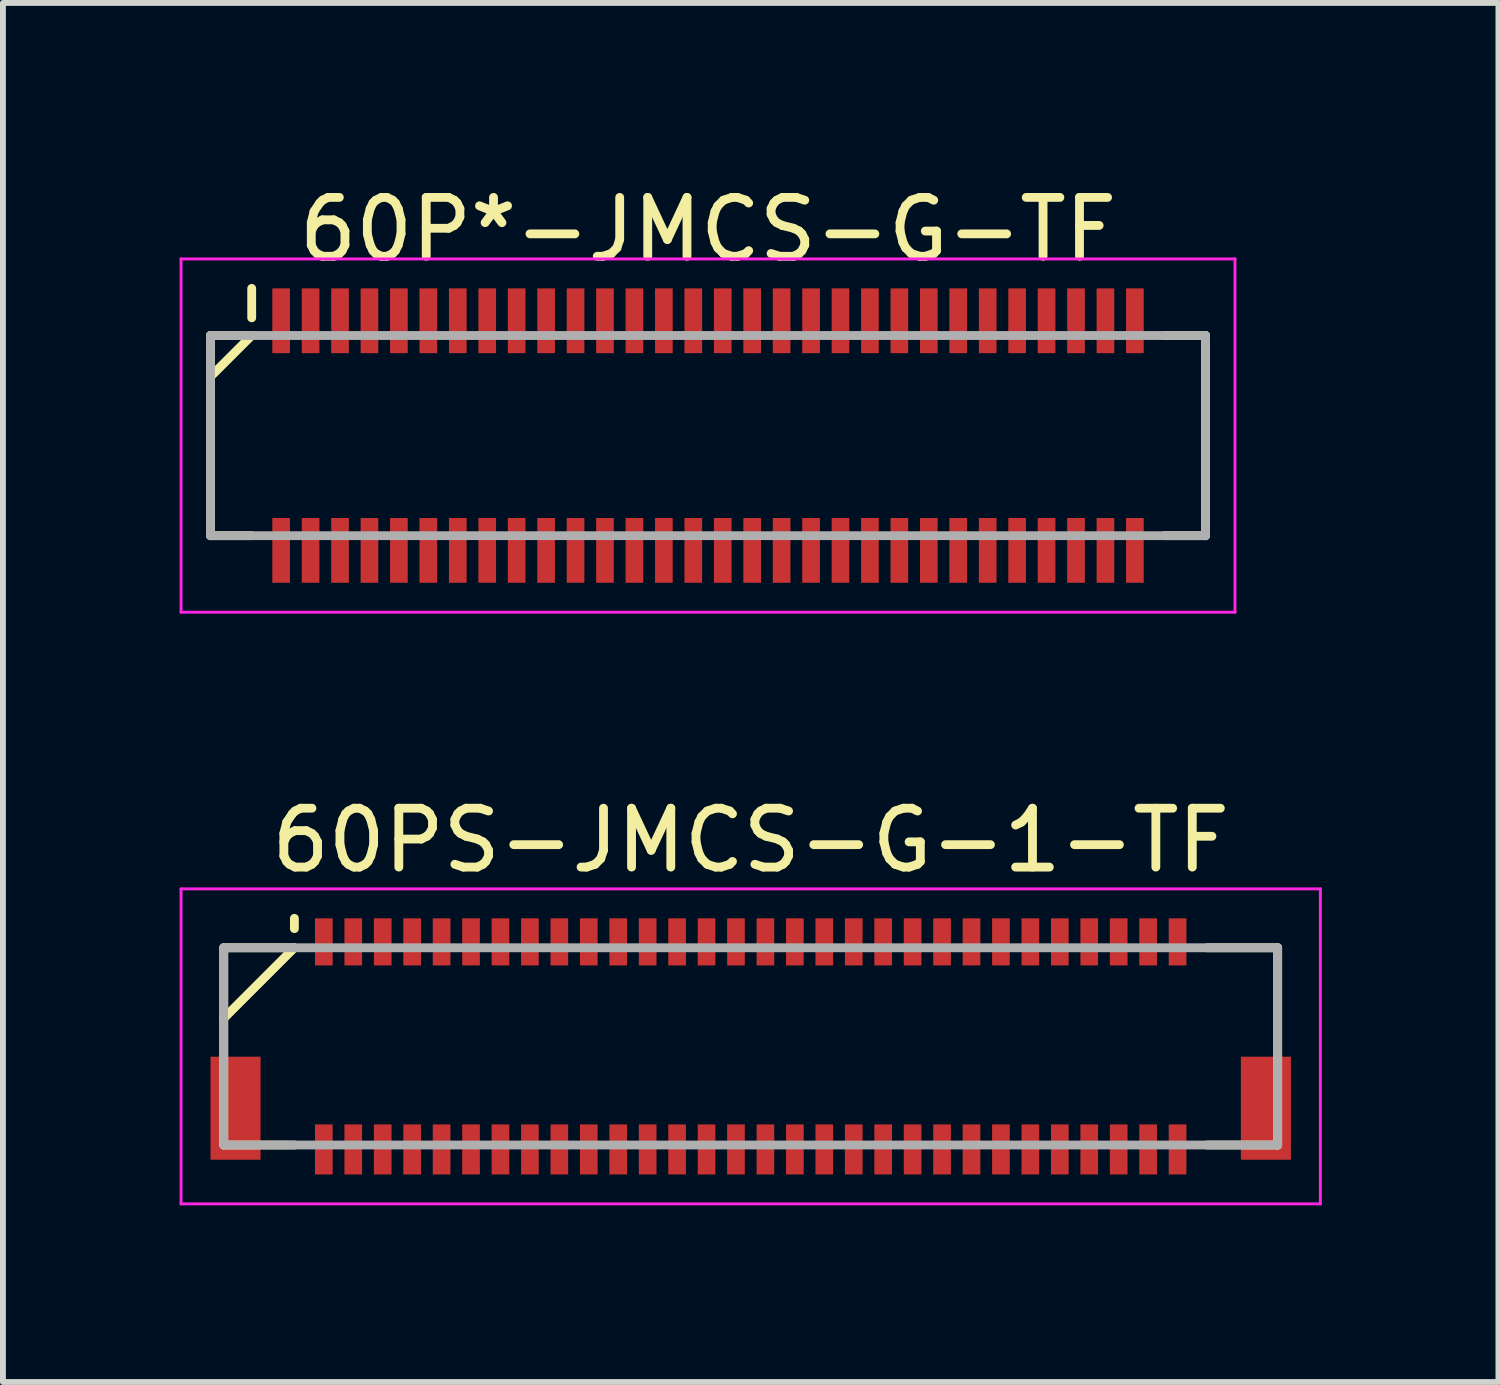
<source format=kicad_pcb>
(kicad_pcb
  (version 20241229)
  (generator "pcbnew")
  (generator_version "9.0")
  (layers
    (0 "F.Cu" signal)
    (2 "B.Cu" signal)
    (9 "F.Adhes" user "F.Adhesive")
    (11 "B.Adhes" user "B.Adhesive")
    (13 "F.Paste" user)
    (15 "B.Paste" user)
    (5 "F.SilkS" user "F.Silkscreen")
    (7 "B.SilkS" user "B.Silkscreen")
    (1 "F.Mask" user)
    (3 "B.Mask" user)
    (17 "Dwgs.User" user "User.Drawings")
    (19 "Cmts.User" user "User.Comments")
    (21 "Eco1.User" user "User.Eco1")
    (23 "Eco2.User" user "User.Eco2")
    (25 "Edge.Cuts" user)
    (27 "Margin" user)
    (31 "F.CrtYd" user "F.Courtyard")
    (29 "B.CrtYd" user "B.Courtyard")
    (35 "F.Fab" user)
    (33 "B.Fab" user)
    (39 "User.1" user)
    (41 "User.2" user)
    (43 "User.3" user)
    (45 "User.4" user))
  (footprint "60PS-JMCS-G-1-TF"
    (layer "F.Cu")
    (at 9.7 14.722)
    (property "Reference" "60PS-JMCS-G-1-TF" (at 0 -3.5 0) (layer "F.SilkS") (effects (font (size 1 1) (thickness 0.15))))
    (attr smd)
    (fp_line (start -8.95 -1.675) (end -8.95 1.675) (stroke (width 0.15) (type solid)) (layer "F.SilkS"))
    (fp_line (start -8.95 -1.675) (end -7.75 -1.675) (stroke (width 0.15) (type solid)) (layer "F.SilkS"))
    (fp_line (start -8.95 1.675) (end -7.75 1.675) (stroke (width 0.15) (type solid)) (layer "F.SilkS"))
    (fp_line (start -7.75 -2.175) (end -7.75 -2) (stroke (width 0.15) (type solid)) (layer "F.SilkS"))
    (fp_line (start -7.75 -1.675) (end -8.95 -0.475) (stroke (width 0.15) (type solid)) (layer "F.SilkS"))
    (fp_line (start 7.75 -1.675) (end 8.95 -1.675) (stroke (width 0.15) (type solid)) (layer "F.SilkS"))
    (fp_line (start 7.75 1.675) (end 8.95 1.675) (stroke (width 0.15) (type solid)) (layer "F.SilkS"))
    (fp_line (start 8.95 -1.675) (end 8.95 1.675) (stroke (width 0.15) (type solid)) (layer "F.SilkS"))
    (fp_line (start -9.675 -2.675) (end -9.675 2.675) (stroke (width 0.05) (type solid)) (layer "F.CrtYd"))
    (fp_line (start -9.675 -2.675) (end 9.675 -2.675) (stroke (width 0.05) (type solid)) (layer "F.CrtYd"))
    (fp_line (start -9.675 2.675) (end 9.675 2.675) (stroke (width 0.05) (type solid)) (layer "F.CrtYd"))
    (fp_line (start 9.675 -2.675) (end 9.675 2.675) (stroke (width 0.05) (type solid)) (layer "F.CrtYd"))
    (fp_line (start -8.95 -1.675) (end -8.95 1.675) (stroke (width 0.15) (type solid)) (layer "F.Fab"))
    (fp_line (start -8.95 -1.675) (end 8.95 -1.675) (stroke (width 0.15) (type solid)) (layer "F.Fab"))
    (fp_line (start -8.95 1.675) (end 8.95 1.675) (stroke (width 0.15) (type solid)) (layer "F.Fab"))
    (fp_line (start 8.95 -1.675) (end 8.95 1.675) (stroke (width 0.15) (type solid)) (layer "F.Fab"))
    (pad "1" smd rect (at -7.25 -1.775) (size 0.3 0.8) (layers "F.Cu" "F.Mask" "F.Paste"))
    (pad "2" smd rect (at -7.25 1.75) (size 0.3 0.85) (layers "F.Cu" "F.Mask" "F.Paste"))
    (pad "3" smd rect (at -6.75 -1.775) (size 0.3 0.8) (layers "F.Cu" "F.Mask" "F.Paste"))
    (pad "4" smd rect (at -6.75 1.75) (size 0.3 0.85) (layers "F.Cu" "F.Mask" "F.Paste"))
    (pad "5" smd rect (at -6.25 -1.775) (size 0.3 0.8) (layers "F.Cu" "F.Mask" "F.Paste"))
    (pad "6" smd rect (at -6.25 1.75) (size 0.3 0.85) (layers "F.Cu" "F.Mask" "F.Paste"))
    (pad "7" smd rect (at -5.75 -1.775) (size 0.3 0.8) (layers "F.Cu" "F.Mask" "F.Paste"))
    (pad "8" smd rect (at -5.75 1.75) (size 0.3 0.85) (layers "F.Cu" "F.Mask" "F.Paste"))
    (pad "9" smd rect (at -5.25 -1.775) (size 0.3 0.8) (layers "F.Cu" "F.Mask" "F.Paste"))
    (pad "10" smd rect (at -5.25 1.75) (size 0.3 0.85) (layers "F.Cu" "F.Mask" "F.Paste"))
    (pad "11" smd rect (at -4.75 -1.775) (size 0.3 0.8) (layers "F.Cu" "F.Mask" "F.Paste"))
    (pad "12" smd rect (at -4.75 1.75) (size 0.3 0.85) (layers "F.Cu" "F.Mask" "F.Paste"))
    (pad "13" smd rect (at -4.25 -1.775) (size 0.3 0.8) (layers "F.Cu" "F.Mask" "F.Paste"))
    (pad "14" smd rect (at -4.25 1.75) (size 0.3 0.85) (layers "F.Cu" "F.Mask" "F.Paste"))
    (pad "15" smd rect (at -3.75 -1.775) (size 0.3 0.8) (layers "F.Cu" "F.Mask" "F.Paste"))
    (pad "16" smd rect (at -3.75 1.75) (size 0.3 0.85) (layers "F.Cu" "F.Mask" "F.Paste"))
    (pad "17" smd rect (at -3.25 -1.775) (size 0.3 0.8) (layers "F.Cu" "F.Mask" "F.Paste"))
    (pad "18" smd rect (at -3.25 1.75) (size 0.3 0.85) (layers "F.Cu" "F.Mask" "F.Paste"))
    (pad "19" smd rect (at -2.75 -1.775) (size 0.3 0.8) (layers "F.Cu" "F.Mask" "F.Paste"))
    (pad "20" smd rect (at -2.75 1.75) (size 0.3 0.85) (layers "F.Cu" "F.Mask" "F.Paste"))
    (pad "21" smd rect (at -2.25 -1.775) (size 0.3 0.8) (layers "F.Cu" "F.Mask" "F.Paste"))
    (pad "22" smd rect (at -2.25 1.75) (size 0.3 0.85) (layers "F.Cu" "F.Mask" "F.Paste"))
    (pad "23" smd rect (at -1.75 -1.775) (size 0.3 0.8) (layers "F.Cu" "F.Mask" "F.Paste"))
    (pad "24" smd rect (at -1.75 1.75) (size 0.3 0.85) (layers "F.Cu" "F.Mask" "F.Paste"))
    (pad "25" smd rect (at -1.25 -1.775) (size 0.3 0.8) (layers "F.Cu" "F.Mask" "F.Paste"))
    (pad "26" smd rect (at -1.25 1.75) (size 0.3 0.85) (layers "F.Cu" "F.Mask" "F.Paste"))
    (pad "27" smd rect (at -0.75 -1.775) (size 0.3 0.8) (layers "F.Cu" "F.Mask" "F.Paste"))
    (pad "28" smd rect (at -0.75 1.75) (size 0.3 0.85) (layers "F.Cu" "F.Mask" "F.Paste"))
    (pad "29" smd rect (at -0.25 -1.775) (size 0.3 0.8) (layers "F.Cu" "F.Mask" "F.Paste"))
    (pad "30" smd rect (at -0.25 1.75) (size 0.3 0.85) (layers "F.Cu" "F.Mask" "F.Paste"))
    (pad "31" smd rect (at 0.25 -1.775) (size 0.3 0.8) (layers "F.Cu" "F.Mask" "F.Paste"))
    (pad "32" smd rect (at 0.25 1.75) (size 0.3 0.85) (layers "F.Cu" "F.Mask" "F.Paste"))
    (pad "33" smd rect (at 0.75 -1.775) (size 0.3 0.8) (layers "F.Cu" "F.Mask" "F.Paste"))
    (pad "34" smd rect (at 0.75 1.75) (size 0.3 0.85) (layers "F.Cu" "F.Mask" "F.Paste"))
    (pad "35" smd rect (at 1.25 -1.775) (size 0.3 0.8) (layers "F.Cu" "F.Mask" "F.Paste"))
    (pad "36" smd rect (at 1.25 1.75) (size 0.3 0.85) (layers "F.Cu" "F.Mask" "F.Paste"))
    (pad "37" smd rect (at 1.75 -1.775) (size 0.3 0.8) (layers "F.Cu" "F.Mask" "F.Paste"))
    (pad "38" smd rect (at 1.75 1.75) (size 0.3 0.85) (layers "F.Cu" "F.Mask" "F.Paste"))
    (pad "39" smd rect (at 2.25 -1.775) (size 0.3 0.8) (layers "F.Cu" "F.Mask" "F.Paste"))
    (pad "40" smd rect (at 2.25 1.75) (size 0.3 0.85) (layers "F.Cu" "F.Mask" "F.Paste"))
    (pad "41" smd rect (at 2.75 -1.775) (size 0.3 0.8) (layers "F.Cu" "F.Mask" "F.Paste"))
    (pad "42" smd rect (at 2.75 1.75) (size 0.3 0.85) (layers "F.Cu" "F.Mask" "F.Paste"))
    (pad "43" smd rect (at 3.25 -1.775) (size 0.3 0.8) (layers "F.Cu" "F.Mask" "F.Paste"))
    (pad "44" smd rect (at 3.25 1.75) (size 0.3 0.85) (layers "F.Cu" "F.Mask" "F.Paste"))
    (pad "45" smd rect (at 3.75 -1.775) (size 0.3 0.8) (layers "F.Cu" "F.Mask" "F.Paste"))
    (pad "46" smd rect (at 3.75 1.75) (size 0.3 0.85) (layers "F.Cu" "F.Mask" "F.Paste"))
    (pad "47" smd rect (at 4.25 -1.775) (size 0.3 0.8) (layers "F.Cu" "F.Mask" "F.Paste"))
    (pad "48" smd rect (at 4.25 1.75) (size 0.3 0.85) (layers "F.Cu" "F.Mask" "F.Paste"))
    (pad "49" smd rect (at 4.75 -1.775) (size 0.3 0.8) (layers "F.Cu" "F.Mask" "F.Paste"))
    (pad "50" smd rect (at 4.75 1.75) (size 0.3 0.85) (layers "F.Cu" "F.Mask" "F.Paste"))
    (pad "51" smd rect (at 5.25 -1.775) (size 0.3 0.8) (layers "F.Cu" "F.Mask" "F.Paste"))
    (pad "52" smd rect (at 5.25 1.75) (size 0.3 0.85) (layers "F.Cu" "F.Mask" "F.Paste"))
    (pad "53" smd rect (at 5.75 -1.775) (size 0.3 0.8) (layers "F.Cu" "F.Mask" "F.Paste"))
    (pad "54" smd rect (at 5.75 1.75) (size 0.3 0.85) (layers "F.Cu" "F.Mask" "F.Paste"))
    (pad "55" smd rect (at 6.25 -1.775) (size 0.3 0.8) (layers "F.Cu" "F.Mask" "F.Paste"))
    (pad "56" smd rect (at 6.25 1.75) (size 0.3 0.85) (layers "F.Cu" "F.Mask" "F.Paste"))
    (pad "57" smd rect (at 6.75 -1.775) (size 0.3 0.8) (layers "F.Cu" "F.Mask" "F.Paste"))
    (pad "58" smd rect (at 6.75 1.75) (size 0.3 0.85) (layers "F.Cu" "F.Mask" "F.Paste"))
    (pad "59" smd rect (at 7.25 -1.775) (size 0.3 0.8) (layers "F.Cu" "F.Mask" "F.Paste"))
    (pad "60" smd rect (at 7.25 1.75) (size 0.3 0.85) (layers "F.Cu" "F.Mask" "F.Paste"))
    (pad "S" smd rect (at -8.75 1.05) (size 0.85 1.75) (layers "F.Cu" "F.Mask" "F.Paste"))
    (pad "S" smd rect (at 8.75 1.05) (size 0.85 1.75) (layers "F.Cu" "F.Mask" "F.Paste")))
  (footprint "60P*-JMCS-G-TF"
    (layer "F.Cu")
    (at 8.975 4.348)
    (property "Reference" "60P*-JMCS-G-TF" (at 0 -3.5 0) (layer "F.SilkS") (effects (font (size 1 1) (thickness 0.15))))
    (attr smd)
    (fp_line (start -8.45 -1.7) (end -8.45 1.7) (stroke (width 0.15) (type solid)) (layer "F.SilkS"))
    (fp_line (start -8.45 -1.7) (end -7.75 -1.7) (stroke (width 0.15) (type solid)) (layer "F.SilkS"))
    (fp_line (start -8.45 1.7) (end -7.75 1.7) (stroke (width 0.15) (type solid)) (layer "F.SilkS"))
    (fp_line (start -7.75 -2.5) (end -7.75 -2) (stroke (width 0.15) (type solid)) (layer "F.SilkS"))
    (fp_line (start -7.75 -1.7) (end -8.45 -1) (stroke (width 0.15) (type solid)) (layer "F.SilkS"))
    (fp_line (start 7.75 -1.7) (end 8.45 -1.7) (stroke (width 0.15) (type solid)) (layer "F.SilkS"))
    (fp_line (start 7.75 1.7) (end 8.45 1.7) (stroke (width 0.15) (type solid)) (layer "F.SilkS"))
    (fp_line (start 8.45 -1.7) (end 8.45 1.7) (stroke (width 0.15) (type solid)) (layer "F.SilkS"))
    (fp_line (start -8.95 -3) (end -8.95 3) (stroke (width 0.05) (type solid)) (layer "F.CrtYd"))
    (fp_line (start -8.95 -3) (end 8.95 -3) (stroke (width 0.05) (type solid)) (layer "F.CrtYd"))
    (fp_line (start -8.95 3) (end 8.95 3) (stroke (width 0.05) (type solid)) (layer "F.CrtYd"))
    (fp_line (start 8.95 -3) (end 8.95 3) (stroke (width 0.05) (type solid)) (layer "F.CrtYd"))
    (fp_line (start -8.45 -1.7) (end -8.45 1.7) (stroke (width 0.15) (type solid)) (layer "F.Fab"))
    (fp_line (start -8.45 -1.7) (end 8.45 -1.7) (stroke (width 0.15) (type solid)) (layer "F.Fab"))
    (fp_line (start -8.45 1.7) (end 8.45 1.7) (stroke (width 0.15) (type solid)) (layer "F.Fab"))
    (fp_line (start 8.45 -1.7) (end 8.45 1.7) (stroke (width 0.15) (type solid)) (layer "F.Fab"))
    (pad "1" smd rect (at -7.25 -1.95) (size 0.3 1.1) (layers "F.Cu" "F.Mask" "F.Paste"))
    (pad "2" smd rect (at -7.25 1.95) (size 0.3 1.1) (layers "F.Cu" "F.Mask" "F.Paste"))
    (pad "3" smd rect (at -6.75 -1.95) (size 0.3 1.1) (layers "F.Cu" "F.Mask" "F.Paste"))
    (pad "4" smd rect (at -6.75 1.95) (size 0.3 1.1) (layers "F.Cu" "F.Mask" "F.Paste"))
    (pad "5" smd rect (at -6.25 -1.95) (size 0.3 1.1) (layers "F.Cu" "F.Mask" "F.Paste"))
    (pad "6" smd rect (at -6.25 1.95) (size 0.3 1.1) (layers "F.Cu" "F.Mask" "F.Paste"))
    (pad "7" smd rect (at -5.75 -1.95) (size 0.3 1.1) (layers "F.Cu" "F.Mask" "F.Paste"))
    (pad "8" smd rect (at -5.75 1.95) (size 0.3 1.1) (layers "F.Cu" "F.Mask" "F.Paste"))
    (pad "9" smd rect (at -5.25 -1.95) (size 0.3 1.1) (layers "F.Cu" "F.Mask" "F.Paste"))
    (pad "10" smd rect (at -5.25 1.95) (size 0.3 1.1) (layers "F.Cu" "F.Mask" "F.Paste"))
    (pad "11" smd rect (at -4.75 -1.95) (size 0.3 1.1) (layers "F.Cu" "F.Mask" "F.Paste"))
    (pad "12" smd rect (at -4.75 1.95) (size 0.3 1.1) (layers "F.Cu" "F.Mask" "F.Paste"))
    (pad "13" smd rect (at -4.25 -1.95) (size 0.3 1.1) (layers "F.Cu" "F.Mask" "F.Paste"))
    (pad "14" smd rect (at -4.25 1.95) (size 0.3 1.1) (layers "F.Cu" "F.Mask" "F.Paste"))
    (pad "15" smd rect (at -3.75 -1.95) (size 0.3 1.1) (layers "F.Cu" "F.Mask" "F.Paste"))
    (pad "16" smd rect (at -3.75 1.95) (size 0.3 1.1) (layers "F.Cu" "F.Mask" "F.Paste"))
    (pad "17" smd rect (at -3.25 -1.95) (size 0.3 1.1) (layers "F.Cu" "F.Mask" "F.Paste"))
    (pad "18" smd rect (at -3.25 1.95) (size 0.3 1.1) (layers "F.Cu" "F.Mask" "F.Paste"))
    (pad "19" smd rect (at -2.75 -1.95) (size 0.3 1.1) (layers "F.Cu" "F.Mask" "F.Paste"))
    (pad "20" smd rect (at -2.75 1.95) (size 0.3 1.1) (layers "F.Cu" "F.Mask" "F.Paste"))
    (pad "21" smd rect (at -2.25 -1.95) (size 0.3 1.1) (layers "F.Cu" "F.Mask" "F.Paste"))
    (pad "22" smd rect (at -2.25 1.95) (size 0.3 1.1) (layers "F.Cu" "F.Mask" "F.Paste"))
    (pad "23" smd rect (at -1.75 -1.95) (size 0.3 1.1) (layers "F.Cu" "F.Mask" "F.Paste"))
    (pad "24" smd rect (at -1.75 1.95) (size 0.3 1.1) (layers "F.Cu" "F.Mask" "F.Paste"))
    (pad "25" smd rect (at -1.25 -1.95) (size 0.3 1.1) (layers "F.Cu" "F.Mask" "F.Paste"))
    (pad "26" smd rect (at -1.25 1.95) (size 0.3 1.1) (layers "F.Cu" "F.Mask" "F.Paste"))
    (pad "27" smd rect (at -0.75 -1.95) (size 0.3 1.1) (layers "F.Cu" "F.Mask" "F.Paste"))
    (pad "28" smd rect (at -0.75 1.95) (size 0.3 1.1) (layers "F.Cu" "F.Mask" "F.Paste"))
    (pad "29" smd rect (at -0.25 -1.95) (size 0.3 1.1) (layers "F.Cu" "F.Mask" "F.Paste"))
    (pad "30" smd rect (at -0.25 1.95) (size 0.3 1.1) (layers "F.Cu" "F.Mask" "F.Paste"))
    (pad "31" smd rect (at 0.25 -1.95) (size 0.3 1.1) (layers "F.Cu" "F.Mask" "F.Paste"))
    (pad "32" smd rect (at 0.25 1.95) (size 0.3 1.1) (layers "F.Cu" "F.Mask" "F.Paste"))
    (pad "33" smd rect (at 0.75 -1.95) (size 0.3 1.1) (layers "F.Cu" "F.Mask" "F.Paste"))
    (pad "34" smd rect (at 0.75 1.95) (size 0.3 1.1) (layers "F.Cu" "F.Mask" "F.Paste"))
    (pad "35" smd rect (at 1.25 -1.95) (size 0.3 1.1) (layers "F.Cu" "F.Mask" "F.Paste"))
    (pad "36" smd rect (at 1.25 1.95) (size 0.3 1.1) (layers "F.Cu" "F.Mask" "F.Paste"))
    (pad "37" smd rect (at 1.75 -1.95) (size 0.3 1.1) (layers "F.Cu" "F.Mask" "F.Paste"))
    (pad "38" smd rect (at 1.75 1.95) (size 0.3 1.1) (layers "F.Cu" "F.Mask" "F.Paste"))
    (pad "39" smd rect (at 2.25 -1.95) (size 0.3 1.1) (layers "F.Cu" "F.Mask" "F.Paste"))
    (pad "40" smd rect (at 2.25 1.95) (size 0.3 1.1) (layers "F.Cu" "F.Mask" "F.Paste"))
    (pad "41" smd rect (at 2.75 -1.95) (size 0.3 1.1) (layers "F.Cu" "F.Mask" "F.Paste"))
    (pad "42" smd rect (at 2.75 1.95) (size 0.3 1.1) (layers "F.Cu" "F.Mask" "F.Paste"))
    (pad "43" smd rect (at 3.25 -1.95) (size 0.3 1.1) (layers "F.Cu" "F.Mask" "F.Paste"))
    (pad "44" smd rect (at 3.25 1.95) (size 0.3 1.1) (layers "F.Cu" "F.Mask" "F.Paste"))
    (pad "45" smd rect (at 3.75 -1.95) (size 0.3 1.1) (layers "F.Cu" "F.Mask" "F.Paste"))
    (pad "46" smd rect (at 3.75 1.95) (size 0.3 1.1) (layers "F.Cu" "F.Mask" "F.Paste"))
    (pad "47" smd rect (at 4.25 -1.95) (size 0.3 1.1) (layers "F.Cu" "F.Mask" "F.Paste"))
    (pad "48" smd rect (at 4.25 1.95) (size 0.3 1.1) (layers "F.Cu" "F.Mask" "F.Paste"))
    (pad "49" smd rect (at 4.75 -1.95) (size 0.3 1.1) (layers "F.Cu" "F.Mask" "F.Paste"))
    (pad "50" smd rect (at 4.75 1.95) (size 0.3 1.1) (layers "F.Cu" "F.Mask" "F.Paste"))
    (pad "51" smd rect (at 5.25 -1.95) (size 0.3 1.1) (layers "F.Cu" "F.Mask" "F.Paste"))
    (pad "52" smd rect (at 5.25 1.95) (size 0.3 1.1) (layers "F.Cu" "F.Mask" "F.Paste"))
    (pad "53" smd rect (at 5.75 -1.95) (size 0.3 1.1) (layers "F.Cu" "F.Mask" "F.Paste"))
    (pad "54" smd rect (at 5.75 1.95) (size 0.3 1.1) (layers "F.Cu" "F.Mask" "F.Paste"))
    (pad "55" smd rect (at 6.25 -1.95) (size 0.3 1.1) (layers "F.Cu" "F.Mask" "F.Paste"))
    (pad "56" smd rect (at 6.25 1.95) (size 0.3 1.1) (layers "F.Cu" "F.Mask" "F.Paste"))
    (pad "57" smd rect (at 6.75 -1.95) (size 0.3 1.1) (layers "F.Cu" "F.Mask" "F.Paste"))
    (pad "58" smd rect (at 6.75 1.95) (size 0.3 1.1) (layers "F.Cu" "F.Mask" "F.Paste"))
    (pad "59" smd rect (at 7.25 -1.95) (size 0.3 1.1) (layers "F.Cu" "F.Mask" "F.Paste"))
    (pad "60" smd rect (at 7.25 1.95) (size 0.3 1.1) (layers "F.Cu" "F.Mask" "F.Paste")))
  (gr_rect
    (start -3 -3)
    (end 22.4 20.422)
    (stroke (width 0.1) (type default))
    (fill no)
    (layer "Edge.Cuts")))
</source>
